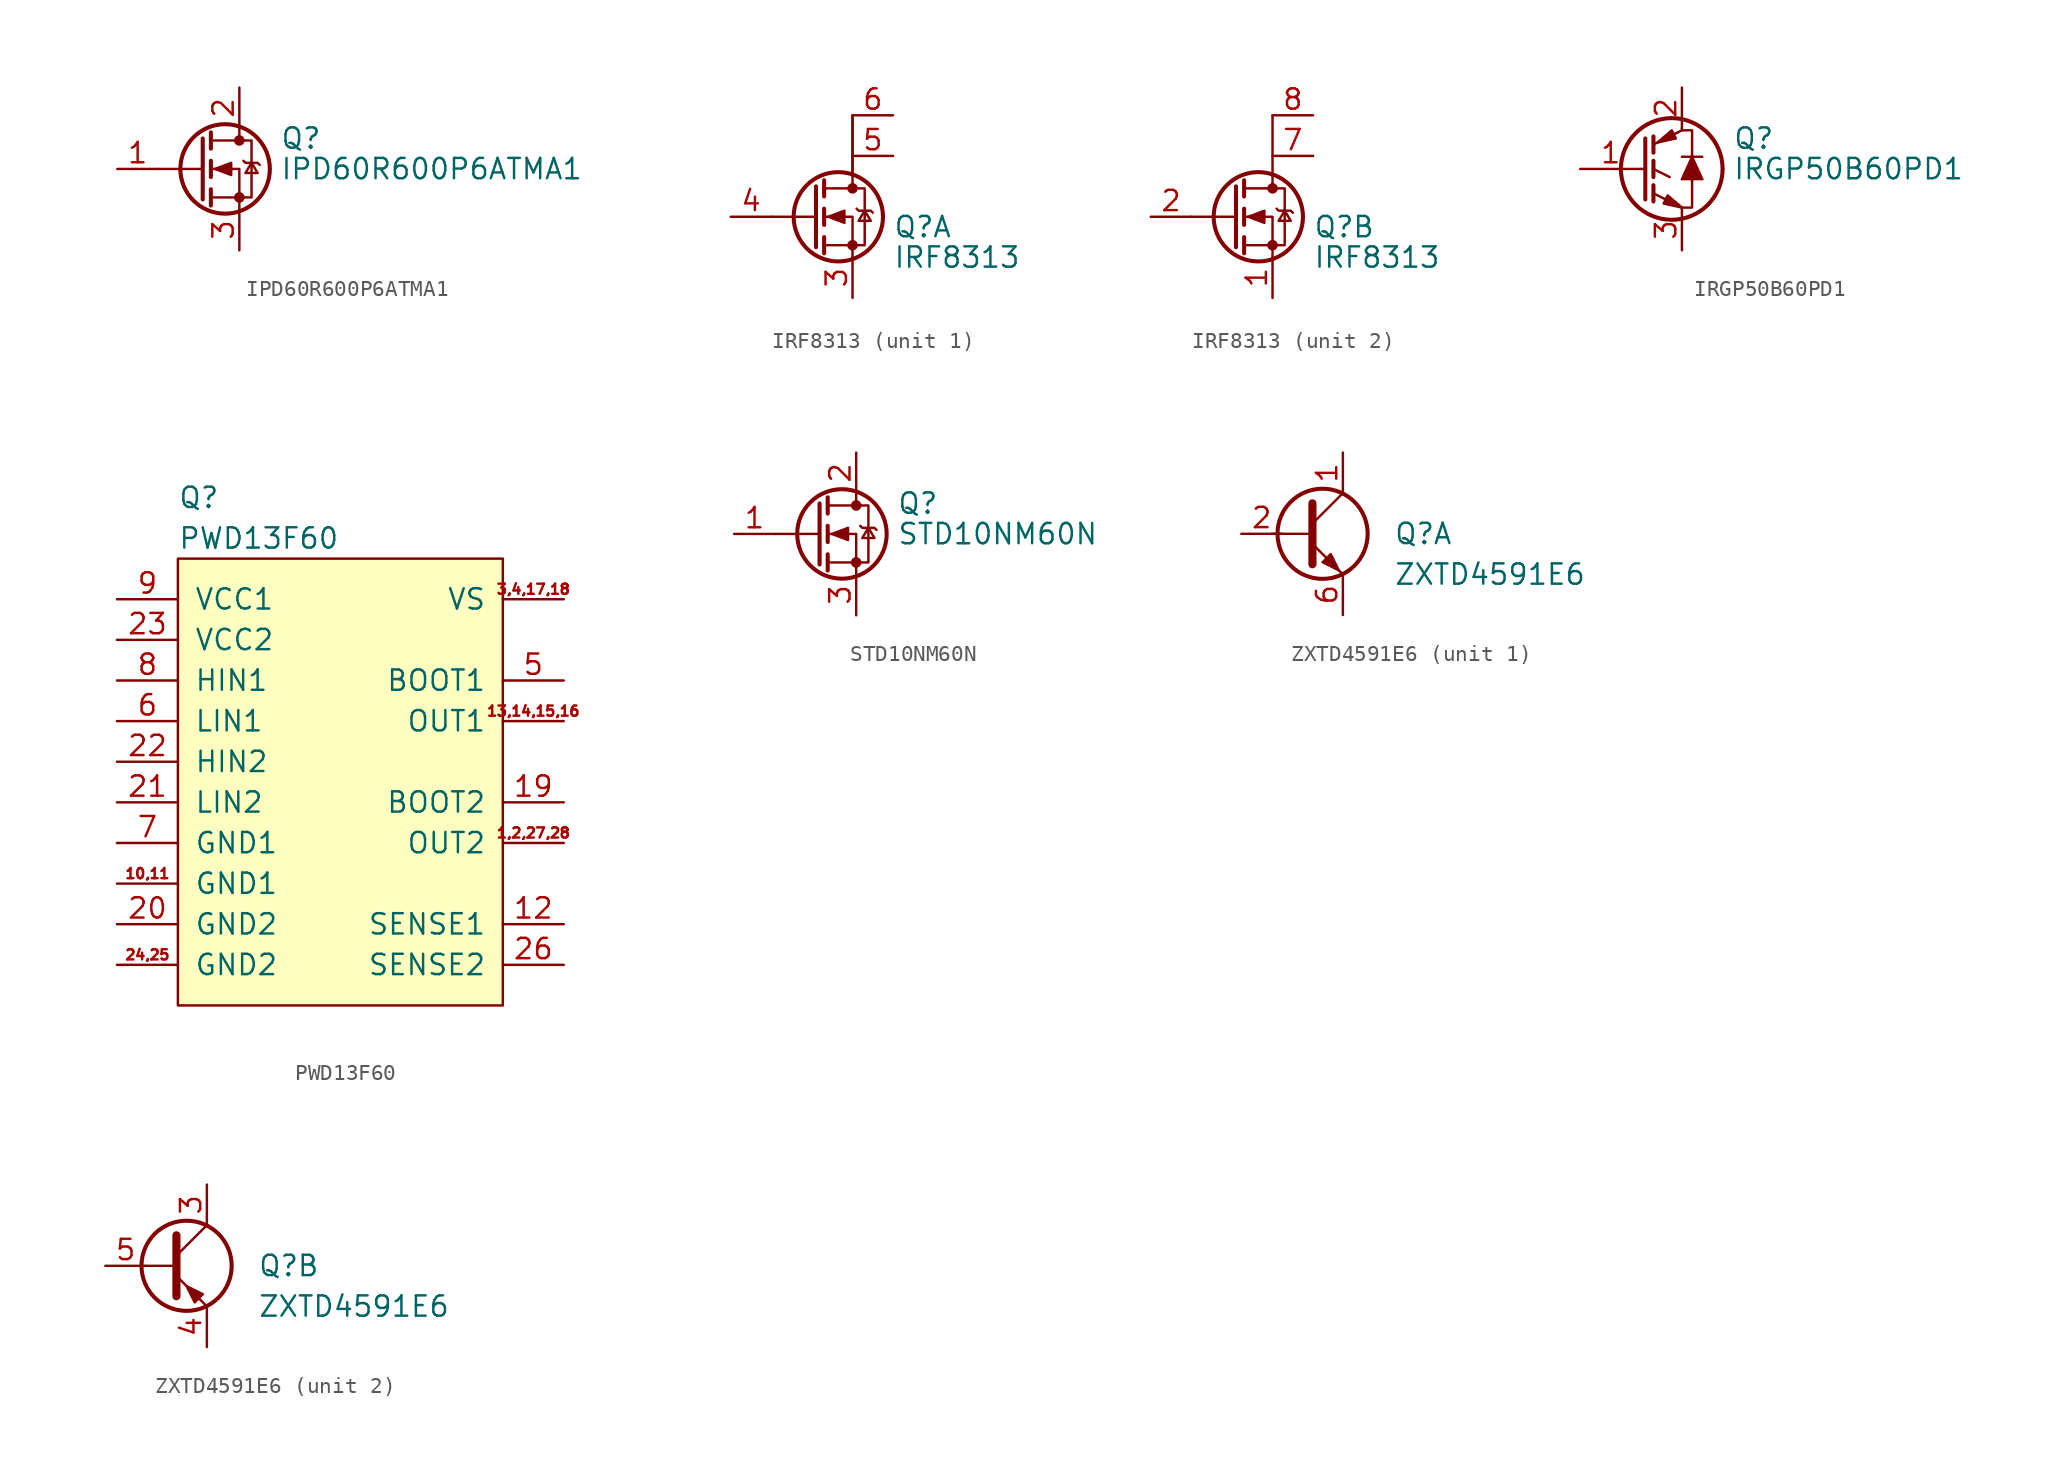
<source format=kicad_sym>
(kicad_symbol_lib
  (version 20211014)
  (generator kicad_symbol_editor)
  (symbol "IPD60R600P6ATMA1"
    (pin_names hide)
    (property "Reference" "Q"
      (at 5.08 1.905 0)
      (effects (font (size 1.27 1.27)) (justify left)))
    (property "Value" "IPD60R600P6ATMA1"
      (at 5.08 0 0)
      (effects (font (size 1.27 1.27)) (justify left)))
    (symbol "IPD60R600P6ATMA1_0_1"
      (polyline (pts (xy 0.254 0) (xy -2.54 0)) (stroke (width 0) (type default) (color 0 0 0 0)) (fill (type none)))
      (polyline (pts (xy 0.254 1.905) (xy 0.254 -1.905)) (stroke (width 0.254) (type default) (color 0 0 0 0)) (fill (type none)))
      (polyline (pts (xy 0.762 -1.27) (xy 0.762 -2.286)) (stroke (width 0.254) (type default) (color 0 0 0 0)) (fill (type none)))
      (polyline (pts (xy 0.762 0.508) (xy 0.762 -0.508)) (stroke (width 0.254) (type default) (color 0 0 0 0)) (fill (type none)))
      (polyline (pts (xy 0.762 2.286) (xy 0.762 1.27)) (stroke (width 0.254) (type default) (color 0 0 0 0)) (fill (type none)))
      (polyline (pts (xy 2.54 2.54) (xy 2.54 1.778)) (stroke (width 0) (type default) (color 0 0 0 0)) (fill (type none)))
      (polyline (pts (xy 2.54 -2.54) (xy 2.54 0) (xy 0.762 0)) (stroke (width 0) (type default) (color 0 0 0 0)) (fill (type none)))
      (polyline (pts (xy 0.762 -1.778) (xy 3.302 -1.778) (xy 3.302 1.778) (xy 0.762 1.778)) (stroke (width 0) (type default) (color 0 0 0 0)) (fill (type none)))
      (polyline (pts (xy 1.016 0) (xy 2.032 0.381) (xy 2.032 -0.381) (xy 1.016 0)) (stroke (width 0) (type default) (color 0 0 0 0)) (fill (type outline)))
      (polyline (pts (xy 2.794 0.508) (xy 2.921 0.381) (xy 3.683 0.381) (xy 3.81 0.254)) (stroke (width 0) (type default) (color 0 0 0 0)) (fill (type none)))
      (polyline (pts (xy 3.302 0.381) (xy 2.921 -0.254) (xy 3.683 -0.254) (xy 3.302 0.381)) (stroke (width 0) (type default) (color 0 0 0 0)) (fill (type none)))
      (circle (center 1.651 0) (radius 2.794) (stroke (width 0.254) (type default) (color 0 0 0 0)) (fill (type none)))
      (circle (center 2.54 -1.778) (radius 0.254) (stroke (width 0) (type default) (color 0 0 0 0)) (fill (type outline)))
      (circle (center 2.54 1.778) (radius 0.254) (stroke (width 0) (type default) (color 0 0 0 0)) (fill (type outline))))
    (symbol "IPD60R600P6ATMA1_1_1"
      (pin input line (at -5.08 0 0) (length 2.54) (name "G" (effects (font (size 1.27 1.27)))) (number "1" (effects (font (size 1.27 1.27)))))
      (pin passive line (at 2.54 5.08 270) (length 2.54) (name "D" (effects (font (size 1.27 1.27)))) (number "2" (effects (font (size 1.27 1.27)))))
      (pin passive line (at 2.54 -5.08 90) (length 2.54) (name "S" (effects (font (size 1.27 1.27)))) (number "3" (effects (font (size 1.27 1.27)))))))
  (symbol "IRF8313"
    (pin_names hide)
    (property "Reference" "Q"
      (at 2.54 -0.635 0)
      (effects (font (size 1.27 1.27)) (justify left)))
    (property "Value" "IRF8313"
      (at 2.54 -2.54 0)
      (effects (font (size 1.27 1.27)) (justify left)))
    (symbol "IRF8313_0_1"
      (rectangle (start 0 6.35) (end 0 2.54) (stroke (width 0) (type default) (color 0 0 0 0)) (fill (type none))))
    (symbol "IRF8313_1_1"
      (circle (center -0.889 0) (radius 2.794) (stroke (width 0.254) (type default) (color 0 0 0 0)) (fill (type none)))
      (circle (center 0 -1.778) (radius 0.254) (stroke (width 0) (type default) (color 0 0 0 0)) (fill (type outline)))
      (polyline (pts (xy -2.286 0) (xy -5.08 0)) (stroke (width 0) (type default) (color 0 0 0 0)) (fill (type none)))
      (polyline (pts (xy -2.286 1.905) (xy -2.286 -1.905)) (stroke (width 0.254) (type default) (color 0 0 0 0)) (fill (type none)))
      (polyline (pts (xy -1.778 -1.27) (xy -1.778 -2.286)) (stroke (width 0.254) (type default) (color 0 0 0 0)) (fill (type none)))
      (polyline (pts (xy -1.778 0.508) (xy -1.778 -0.508)) (stroke (width 0.254) (type default) (color 0 0 0 0)) (fill (type none)))
      (polyline (pts (xy -1.778 2.286) (xy -1.778 1.27)) (stroke (width 0.254) (type default) (color 0 0 0 0)) (fill (type none)))
      (polyline (pts (xy 0 2.54) (xy 0 1.778)) (stroke (width 0) (type default) (color 0 0 0 0)) (fill (type none)))
      (polyline (pts (xy 0 -2.54) (xy 0 0) (xy -1.778 0)) (stroke (width 0) (type default) (color 0 0 0 0)) (fill (type none)))
      (polyline (pts (xy -1.778 -1.778) (xy 0.762 -1.778) (xy 0.762 1.778) (xy -1.778 1.778)) (stroke (width 0) (type default) (color 0 0 0 0)) (fill (type none)))
      (polyline (pts (xy -1.524 0) (xy -0.508 0.381) (xy -0.508 -0.381) (xy -1.524 0)) (stroke (width 0) (type default) (color 0 0 0 0)) (fill (type outline)))
      (polyline (pts (xy 0.254 0.508) (xy 0.381 0.381) (xy 1.143 0.381) (xy 1.27 0.254)) (stroke (width 0) (type default) (color 0 0 0 0)) (fill (type none)))
      (polyline (pts (xy 0.762 0.381) (xy 0.381 -0.254) (xy 1.143 -0.254) (xy 0.762 0.381)) (stroke (width 0) (type default) (color 0 0 0 0)) (fill (type none)))
      (circle (center 0 1.778) (radius 0.254) (stroke (width 0) (type default) (color 0 0 0 0)) (fill (type outline)))
      (rectangle (start 0 6.35) (end 0 2.54) (stroke (width 0) (type default) (color 0 0 0 0)) (fill (type none)))
      (pin passive line (at 0 -5.08 90) (length 2.54) (name "S1" (effects (font (size 1.27 1.27)))) (number "3" (effects (font (size 1.27 1.27)))))
      (pin input line (at -7.62 0 0) (length 2.54) (name "G1" (effects (font (size 1.27 1.27)))) (number "4" (effects (font (size 1.27 1.27)))))
      (pin passive line (at 2.54 3.81 180) (length 2.54) (name "D1" (effects (font (size 1.27 1.27)))) (number "5" (effects (font (size 1.27 1.27)))))
      (pin passive line (at 2.54 6.35 180) (length 2.54) (name "D1" (effects (font (size 1.27 1.27)))) (number "6" (effects (font (size 1.27 1.27))))))
    (symbol "IRF8313_2_1"
      (circle (center -0.889 0) (radius 2.794) (stroke (width 0.254) (type default) (color 0 0 0 0)) (fill (type none)))
      (circle (center 0 -1.778) (radius 0.254) (stroke (width 0) (type default) (color 0 0 0 0)) (fill (type outline)))
      (polyline (pts (xy -2.286 0) (xy -5.08 0)) (stroke (width 0) (type default) (color 0 0 0 0)) (fill (type none)))
      (polyline (pts (xy -2.286 1.905) (xy -2.286 -1.905)) (stroke (width 0.254) (type default) (color 0 0 0 0)) (fill (type none)))
      (polyline (pts (xy -1.778 -1.27) (xy -1.778 -2.286)) (stroke (width 0.254) (type default) (color 0 0 0 0)) (fill (type none)))
      (polyline (pts (xy -1.778 0.508) (xy -1.778 -0.508)) (stroke (width 0.254) (type default) (color 0 0 0 0)) (fill (type none)))
      (polyline (pts (xy -1.778 2.286) (xy -1.778 1.27)) (stroke (width 0.254) (type default) (color 0 0 0 0)) (fill (type none)))
      (polyline (pts (xy 0 2.54) (xy 0 1.778)) (stroke (width 0) (type default) (color 0 0 0 0)) (fill (type none)))
      (polyline (pts (xy 0 -2.54) (xy 0 0) (xy -1.778 0)) (stroke (width 0) (type default) (color 0 0 0 0)) (fill (type none)))
      (polyline (pts (xy -1.778 -1.778) (xy 0.762 -1.778) (xy 0.762 1.778) (xy -1.778 1.778)) (stroke (width 0) (type default) (color 0 0 0 0)) (fill (type none)))
      (polyline (pts (xy -1.524 0) (xy -0.508 0.381) (xy -0.508 -0.381) (xy -1.524 0)) (stroke (width 0) (type default) (color 0 0 0 0)) (fill (type outline)))
      (polyline (pts (xy 0.254 0.508) (xy 0.381 0.381) (xy 1.143 0.381) (xy 1.27 0.254)) (stroke (width 0) (type default) (color 0 0 0 0)) (fill (type none)))
      (polyline (pts (xy 0.762 0.381) (xy 0.381 -0.254) (xy 1.143 -0.254) (xy 0.762 0.381)) (stroke (width 0) (type default) (color 0 0 0 0)) (fill (type none)))
      (circle (center 0 1.778) (radius 0.254) (stroke (width 0) (type default) (color 0 0 0 0)) (fill (type outline)))
      (pin passive line (at 0 -5.08 90) (length 2.54) (name "S2" (effects (font (size 1.27 1.27)))) (number "1" (effects (font (size 1.27 1.27)))))
      (pin input line (at -7.62 0 0) (length 2.54) (name "G2" (effects (font (size 1.27 1.27)))) (number "2" (effects (font (size 1.27 1.27)))))
      (pin passive line (at 2.54 3.81 180) (length 2.54) (name "D2" (effects (font (size 1.27 1.27)))) (number "7" (effects (font (size 1.27 1.27)))))
      (pin passive line (at 2.54 6.35 180) (length 2.54) (name "D2" (effects (font (size 1.27 1.27)))) (number "8" (effects (font (size 1.27 1.27)))))))
  (symbol "IRGP50B60PD1"
    (pin_names
      (offset 0) hide)
    (property "Reference" "Q"
      (at 5.715 1.905 0)
      (effects (font (size 1.27 1.27)) (justify left)))
    (property "Value" "IRGP50B60PD1"
      (at 5.715 0 0)
      (effects (font (size 1.27 1.27)) (justify left)))
    (symbol "IRGP50B60PD1_0_1"
      (polyline (pts (xy 0.762 0) (xy 1.778 -0.508)) (stroke (width 0) (type default) (color 0 0 0 0)) (fill (type none)))
      (polyline (pts (xy 2.54 -2.54) (xy 2.54 -2.413)) (stroke (width 0) (type default) (color 0 0 0 0)) (fill (type none)))
      (polyline (pts (xy 2.54 -0.635) (xy 3.81 -0.635)) (stroke (width 0) (type default) (color 0 0 0 0)) (fill (type none)))
      (polyline (pts (xy 2.54 0.762) (xy 3.81 0.762)) (stroke (width 0) (type default) (color 0 0 0 0)) (fill (type none)))
      (polyline (pts (xy 2.54 2.54) (xy 2.54 2.413)) (stroke (width 0) (type default) (color 0 0 0 0)) (fill (type none)))
      (polyline (pts (xy 3.175 -0.762) (xy 3.175 -0.635)) (stroke (width 0) (type default) (color 0 0 0 0)) (fill (type none)))
      (polyline (pts (xy 3.175 0.889) (xy 3.175 0.762)) (stroke (width 0) (type default) (color 0 0 0 0)) (fill (type none)))
      (polyline (pts (xy 2.54 -2.413) (xy 3.175 -2.413) (xy 3.175 -0.762)) (stroke (width 0) (type default) (color 0 0 0 0)) (fill (type none)))
      (polyline (pts (xy 2.54 -0.635) (xy 3.175 0.762) (xy 3.81 -0.635)) (stroke (width 0) (type default) (color 0 0 0 0)) (fill (type outline)))
      (polyline (pts (xy 2.54 2.413) (xy 3.175 2.413) (xy 3.175 0.889)) (stroke (width 0) (type default) (color 0 0 0 0)) (fill (type none)))
      (circle (center 1.905 0) (radius 3.175) (stroke (width 0.254) (type default) (color 0 0 0 0)) (fill (type none))))
    (symbol "IRGP50B60PD1_1_1"
      (polyline (pts (xy 0 0) (xy 0.254 0)) (stroke (width 0) (type default) (color 0 0 0 0)) (fill (type none)))
      (polyline (pts (xy 0.762 -1.016) (xy 0.762 -2.032)) (stroke (width 0.254) (type default) (color 0 0 0 0)) (fill (type none)))
      (polyline (pts (xy 0.762 0.508) (xy 0.762 -0.508)) (stroke (width 0.254) (type default) (color 0 0 0 0)) (fill (type none)))
      (polyline (pts (xy 0.762 2.032) (xy 0.762 1.016)) (stroke (width 0.254) (type default) (color 0 0 0 0)) (fill (type none)))
      (polyline (pts (xy 2.54 -2.413) (xy 0.762 -1.524)) (stroke (width 0) (type default) (color 0 0 0 0)) (fill (type none)))
      (polyline (pts (xy 2.54 2.413) (xy 0.762 1.524)) (stroke (width 0) (type default) (color 0 0 0 0)) (fill (type none)))
      (polyline (pts (xy 0.254 1.905) (xy 0.254 -1.905) (xy 0.254 -1.905)) (stroke (width 0.254) (type default) (color 0 0 0 0)) (fill (type none)))
      (polyline (pts (xy 1.397 -2.159) (xy 1.651 -1.651) (xy 2.54 -2.413) (xy 1.397 -2.159)) (stroke (width 0) (type default) (color 0 0 0 0)) (fill (type outline)))
      (polyline (pts (xy 2.159 1.905) (xy 1.905 2.413) (xy 1.016 1.651) (xy 2.159 1.905)) (stroke (width 0) (type default) (color 0 0 0 0)) (fill (type outline)))
      (pin input line (at -3.81 0 0) (length 3.81) (name "G" (effects (font (size 1.27 1.27)))) (number "1" (effects (font (size 1.27 1.27)))))
      (pin passive line (at 2.54 5.08 270) (length 2.54) (name "C" (effects (font (size 1.27 1.27)))) (number "2" (effects (font (size 1.27 1.27)))))
      (pin passive line (at 2.54 -5.08 90) (length 2.54) (name "E" (effects (font (size 1.27 1.27)))) (number "3" (effects (font (size 1.27 1.27)))))))
  (symbol "PWD13F60"
    (pin_names
      (offset 1.016))
    (property "Reference" "Q"
      (at -10.16 17.78 0)
      (effects (font (size 1.27 1.27)) (justify left)))
    (property "Value" "PWD13F60"
      (at -10.16 15.24 0)
      (effects (font (size 1.27 1.27)) (justify left)))
    (symbol "PWD13F60_0_1"
      (rectangle (start -10.16 13.97) (end 10.16 -13.97) (stroke (width 0) (type default) (color 0 0 0 0)) (fill (type background))))
    (symbol "PWD13F60_1_1"
      (pin output line (at 13.97 -3.81 180) (length 3.81) (name "OUT2" (effects (font (size 1.27 1.27)))) (number "1,2,27,28" (effects (font (size 0.635 0.635)))))
      (pin power_in line (at -13.97 -6.35 0) (length 3.81) (name "GND1" (effects (font (size 1.27 1.27)))) (number "10,11" (effects (font (size 0.635 0.635)))))
      (pin output line (at 13.97 -8.89 180) (length 3.81) (name "SENSE1" (effects (font (size 1.27 1.27)))) (number "12" (effects (font (size 1.27 1.27)))))
      (pin output line (at 13.97 3.81 180) (length 3.81) (name "OUT1" (effects (font (size 1.27 1.27)))) (number "13,14,15,16" (effects (font (size 0.635 0.635)))))
      (pin passive line (at 13.97 -1.27 180) (length 3.81) (name "BOOT2" (effects (font (size 1.27 1.27)))) (number "19" (effects (font (size 1.27 1.27)))))
      (pin power_in line (at -13.97 -8.89 0) (length 3.81) (name "GND2" (effects (font (size 1.27 1.27)))) (number "20" (effects (font (size 1.27 1.27)))))
      (pin input line (at -13.97 -1.27 0) (length 3.81) (name "LIN2" (effects (font (size 1.27 1.27)))) (number "21" (effects (font (size 1.27 1.27)))))
      (pin input line (at -13.97 1.27 0) (length 3.81) (name "HIN2" (effects (font (size 1.27 1.27)))) (number "22" (effects (font (size 1.27 1.27)))))
      (pin power_in line (at -13.97 8.89 0) (length 3.81) (name "VCC2" (effects (font (size 1.27 1.27)))) (number "23" (effects (font (size 1.27 1.27)))))
      (pin power_in line (at -13.97 -11.43 0) (length 3.81) (name "GND2" (effects (font (size 1.27 1.27)))) (number "24,25" (effects (font (size 0.635 0.635)))))
      (pin output line (at 13.97 -11.43 180) (length 3.81) (name "SENSE2" (effects (font (size 1.27 1.27)))) (number "26" (effects (font (size 1.27 1.27)))))
      (pin power_in line (at 13.97 11.43 180) (length 3.81) (name "VS" (effects (font (size 1.27 1.27)))) (number "3,4,17,18" (effects (font (size 0.635 0.635)))))
      (pin passive line (at 13.97 6.35 180) (length 3.81) (name "BOOT1" (effects (font (size 1.27 1.27)))) (number "5" (effects (font (size 1.27 1.27)))))
      (pin input line (at -13.97 3.81 0) (length 3.81) (name "LIN1" (effects (font (size 1.27 1.27)))) (number "6" (effects (font (size 1.27 1.27)))))
      (pin power_in line (at -13.97 -3.81 0) (length 3.81) (name "GND1" (effects (font (size 1.27 1.27)))) (number "7" (effects (font (size 1.27 1.27)))))
      (pin input line (at -13.97 6.35 0) (length 3.81) (name "HIN1" (effects (font (size 1.27 1.27)))) (number "8" (effects (font (size 1.27 1.27)))))
      (pin power_in line (at -13.97 11.43 0) (length 3.81) (name "VCC1" (effects (font (size 1.27 1.27)))) (number "9" (effects (font (size 1.27 1.27)))))))
  (symbol "STD10NM60N"
    (pin_names hide)
    (property "Reference" "Q"
      (at 5.08 1.905 0)
      (effects (font (size 1.27 1.27)) (justify left)))
    (property "Value" "STD10NM60N"
      (at 5.08 0 0)
      (effects (font (size 1.27 1.27)) (justify left)))
    (symbol "STD10NM60N_0_1"
      (polyline (pts (xy 0.254 0) (xy -2.54 0)) (stroke (width 0) (type default) (color 0 0 0 0)) (fill (type none)))
      (polyline (pts (xy 0.254 1.905) (xy 0.254 -1.905)) (stroke (width 0.254) (type default) (color 0 0 0 0)) (fill (type none)))
      (polyline (pts (xy 0.762 -1.27) (xy 0.762 -2.286)) (stroke (width 0.254) (type default) (color 0 0 0 0)) (fill (type none)))
      (polyline (pts (xy 0.762 0.508) (xy 0.762 -0.508)) (stroke (width 0.254) (type default) (color 0 0 0 0)) (fill (type none)))
      (polyline (pts (xy 0.762 2.286) (xy 0.762 1.27)) (stroke (width 0.254) (type default) (color 0 0 0 0)) (fill (type none)))
      (polyline (pts (xy 2.54 2.54) (xy 2.54 1.778)) (stroke (width 0) (type default) (color 0 0 0 0)) (fill (type none)))
      (polyline (pts (xy 2.54 -2.54) (xy 2.54 0) (xy 0.762 0)) (stroke (width 0) (type default) (color 0 0 0 0)) (fill (type none)))
      (polyline (pts (xy 0.762 -1.778) (xy 3.302 -1.778) (xy 3.302 1.778) (xy 0.762 1.778)) (stroke (width 0) (type default) (color 0 0 0 0)) (fill (type none)))
      (polyline (pts (xy 1.016 0) (xy 2.032 0.381) (xy 2.032 -0.381) (xy 1.016 0)) (stroke (width 0) (type default) (color 0 0 0 0)) (fill (type outline)))
      (polyline (pts (xy 2.794 0.508) (xy 2.921 0.381) (xy 3.683 0.381) (xy 3.81 0.254)) (stroke (width 0) (type default) (color 0 0 0 0)) (fill (type none)))
      (polyline (pts (xy 3.302 0.381) (xy 2.921 -0.254) (xy 3.683 -0.254) (xy 3.302 0.381)) (stroke (width 0) (type default) (color 0 0 0 0)) (fill (type none)))
      (circle (center 1.651 0) (radius 2.794) (stroke (width 0.254) (type default) (color 0 0 0 0)) (fill (type none)))
      (circle (center 2.54 -1.778) (radius 0.254) (stroke (width 0) (type default) (color 0 0 0 0)) (fill (type outline)))
      (circle (center 2.54 1.778) (radius 0.254) (stroke (width 0) (type default) (color 0 0 0 0)) (fill (type outline))))
    (symbol "STD10NM60N_1_1"
      (pin input line (at -5.08 0 0) (length 2.54) (name "G" (effects (font (size 1.27 1.27)))) (number "1" (effects (font (size 1.27 1.27)))))
      (pin passive line (at 2.54 5.08 270) (length 2.54) (name "D" (effects (font (size 1.27 1.27)))) (number "2" (effects (font (size 1.27 1.27)))))
      (pin passive line (at 2.54 -5.08 90) (length 2.54) (name "S" (effects (font (size 1.27 1.27)))) (number "3" (effects (font (size 1.27 1.27)))))))
  (symbol "ZXTD4591E6"
    (pin_names hide)
    (property "Reference" "Q"
      (at 4.445 0 0)
      (effects (font (size 1.27 1.27)) (justify left)))
    (property "Value" "ZXTD4591E6"
      (at 4.445 -2.54 0)
      (effects (font (size 1.27 1.27)) (justify left)))
    (property "ki_locked" ""
      (at 0 0 0)
      (effects (font (size 1.27 1.27))))
    (symbol "ZXTD4591E6_0_1"
      (polyline (pts (xy -0.635 0.635) (xy 1.27 2.54)) (stroke (width 0) (type default) (color 0 0 0 0)) (fill (type none)))
      (polyline (pts (xy -0.635 -0.635) (xy 1.27 -2.54) (xy 1.27 -2.54)) (stroke (width 0) (type default) (color 0 0 0 0)) (fill (type none)))
      (polyline (pts (xy -0.635 1.905) (xy -0.635 -1.905) (xy -0.635 -1.905)) (stroke (width 0.508) (type default) (color 0 0 0 0)) (fill (type none)))
      (circle (center 0 0) (radius 2.819) (stroke (width 0.254) (type default) (color 0 0 0 0)) (fill (type none))))
    (symbol "ZXTD4591E6_1_1"
      (polyline (pts (xy -0.635 0) (xy -3.175 0)) (stroke (width 0) (type default) (color 0 0 0 0)) (fill (type none)))
      (polyline (pts (xy 0 -1.778) (xy 0.508 -1.27) (xy 1.016 -2.286) (xy 0 -1.778) (xy 0 -1.778)) (stroke (width 0) (type default) (color 0 0 0 0)) (fill (type outline)))
      (pin passive line (at 1.27 5.08 270) (length 2.54) (name "C1" (effects (font (size 1.27 1.27)))) (number "1" (effects (font (size 1.27 1.27)))))
      (pin input line (at -5.08 0 0) (length 2.54) (name "B1" (effects (font (size 1.27 1.27)))) (number "2" (effects (font (size 1.27 1.27)))))
      (pin passive line (at 1.27 -5.08 90) (length 2.54) (name "E1" (effects (font (size 1.27 1.27)))) (number "6" (effects (font (size 1.27 1.27))))))
    (symbol "ZXTD4591E6_2_1"
      (polyline (pts (xy -0.635 0) (xy -2.54 0)) (stroke (width 0) (type default) (color 0 0 0 0)) (fill (type none)))
      (polyline (pts (xy 1.016 -1.778) (xy 0.508 -2.286) (xy 0 -1.27) (xy 1.016 -1.778) (xy 1.016 -1.778)) (stroke (width 0) (type default) (color 0 0 0 0)) (fill (type outline)))
      (pin passive line (at 1.27 5.08 270) (length 2.54) (name "C2" (effects (font (size 1.27 1.27)))) (number "3" (effects (font (size 1.27 1.27)))))
      (pin passive line (at 1.27 -5.08 90) (length 2.54) (name "E2" (effects (font (size 1.27 1.27)))) (number "4" (effects (font (size 1.27 1.27)))))
      (pin input line (at -5.08 0 0) (length 2.54) (name "B2" (effects (font (size 1.27 1.27)))) (number "5" (effects (font (size 1.27 1.27))))))))
</source>
